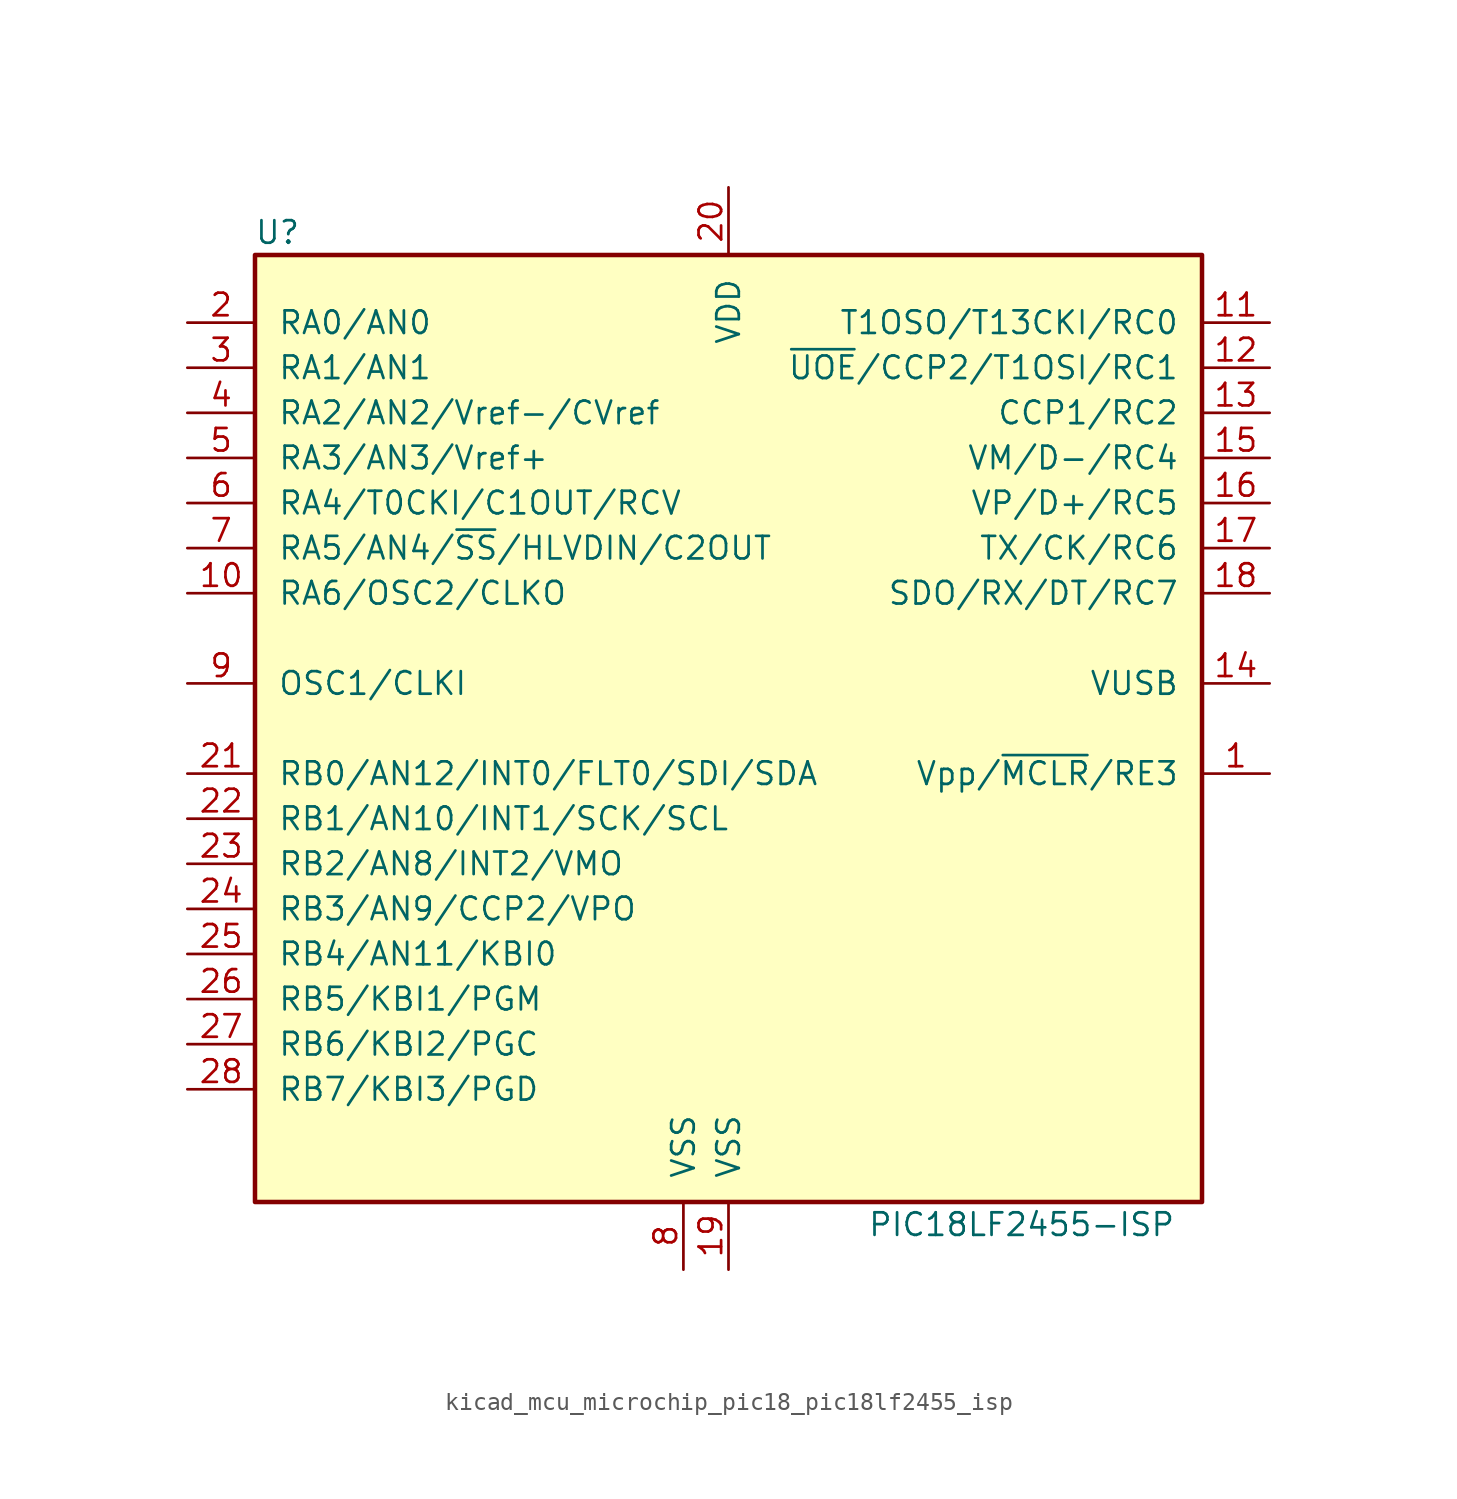
<source format=kicad_sym>
(kicad_symbol_lib
  (version 20220914)
  (generator kicad_symbol_editor)
  (symbol "kicad_mcu_microchip_pic18_pic18lf2455_isp"
    (pin_names
      (offset 1.27))
    (property "Reference" "U"
      (at -25.4 27.94 0)
      (effects (font (size 1.27 1.27))))
    (property "Value" "PIC18LF2455-ISP"
      (at 16.51 -27.94 0)
      (effects (font (size 1.27 1.27))))
    (symbol "kicad_mcu_microchip_pic18_pic18lf2455_isp_0_1"
      (rectangle (start -26.67 26.67) (end 26.67 -26.67) (stroke (width 0.254) (type default)) (fill (type background))))
    (symbol "kicad_mcu_microchip_pic18_pic18lf2455_isp_1_1"
      (pin input line (at 30.48 -2.54 180) (length 3.81) (name "Vpp/~{MCLR}/RE3" (effects (font (size 1.27 1.27)))) (number "1" (effects (font (size 1.27 1.27)))))
      (pin output line (at -30.48 7.62 0) (length 3.81) (name "RA6/OSC2/CLKO" (effects (font (size 1.27 1.27)))) (number "10" (effects (font (size 1.27 1.27)))))
      (pin bidirectional line (at 30.48 22.86 180) (length 3.81) (name "T1OSO/T13CKI/RC0" (effects (font (size 1.27 1.27)))) (number "11" (effects (font (size 1.27 1.27)))))
      (pin bidirectional line (at 30.48 20.32 180) (length 3.81) (name "~{UOE}/CCP2/T1OSI/RC1" (effects (font (size 1.27 1.27)))) (number "12" (effects (font (size 1.27 1.27)))))
      (pin bidirectional line (at 30.48 17.78 180) (length 3.81) (name "CCP1/RC2" (effects (font (size 1.27 1.27)))) (number "13" (effects (font (size 1.27 1.27)))))
      (pin bidirectional line (at 30.48 2.54 180) (length 3.81) (name "VUSB" (effects (font (size 1.27 1.27)))) (number "14" (effects (font (size 1.27 1.27)))))
      (pin bidirectional line (at 30.48 15.24 180) (length 3.81) (name "VM/D-/RC4" (effects (font (size 1.27 1.27)))) (number "15" (effects (font (size 1.27 1.27)))))
      (pin bidirectional line (at 30.48 12.7 180) (length 3.81) (name "VP/D+/RC5" (effects (font (size 1.27 1.27)))) (number "16" (effects (font (size 1.27 1.27)))))
      (pin bidirectional line (at 30.48 10.16 180) (length 3.81) (name "TX/CK/RC6" (effects (font (size 1.27 1.27)))) (number "17" (effects (font (size 1.27 1.27)))))
      (pin bidirectional line (at 30.48 7.62 180) (length 3.81) (name "SDO/RX/DT/RC7" (effects (font (size 1.27 1.27)))) (number "18" (effects (font (size 1.27 1.27)))))
      (pin power_in line (at 0 -30.48 90) (length 3.81) (name "VSS" (effects (font (size 1.27 1.27)))) (number "19" (effects (font (size 1.27 1.27)))))
      (pin bidirectional line (at -30.48 22.86 0) (length 3.81) (name "RA0/AN0" (effects (font (size 1.27 1.27)))) (number "2" (effects (font (size 1.27 1.27)))))
      (pin power_in line (at 0 30.48 270) (length 3.81) (name "VDD" (effects (font (size 1.27 1.27)))) (number "20" (effects (font (size 1.27 1.27)))))
      (pin bidirectional line (at -30.48 -2.54 0) (length 3.81) (name "RB0/AN12/INT0/FLT0/SDI/SDA" (effects (font (size 1.27 1.27)))) (number "21" (effects (font (size 1.27 1.27)))))
      (pin bidirectional line (at -30.48 -5.08 0) (length 3.81) (name "RB1/AN10/INT1/SCK/SCL" (effects (font (size 1.27 1.27)))) (number "22" (effects (font (size 1.27 1.27)))))
      (pin bidirectional line (at -30.48 -7.62 0) (length 3.81) (name "RB2/AN8/INT2/VMO" (effects (font (size 1.27 1.27)))) (number "23" (effects (font (size 1.27 1.27)))))
      (pin bidirectional line (at -30.48 -10.16 0) (length 3.81) (name "RB3/AN9/CCP2/VPO" (effects (font (size 1.27 1.27)))) (number "24" (effects (font (size 1.27 1.27)))))
      (pin bidirectional line (at -30.48 -12.7 0) (length 3.81) (name "RB4/AN11/KBI0" (effects (font (size 1.27 1.27)))) (number "25" (effects (font (size 1.27 1.27)))))
      (pin bidirectional line (at -30.48 -15.24 0) (length 3.81) (name "RB5/KBI1/PGM" (effects (font (size 1.27 1.27)))) (number "26" (effects (font (size 1.27 1.27)))))
      (pin bidirectional line (at -30.48 -17.78 0) (length 3.81) (name "RB6/KBI2/PGC" (effects (font (size 1.27 1.27)))) (number "27" (effects (font (size 1.27 1.27)))))
      (pin bidirectional line (at -30.48 -20.32 0) (length 3.81) (name "RB7/KBI3/PGD" (effects (font (size 1.27 1.27)))) (number "28" (effects (font (size 1.27 1.27)))))
      (pin bidirectional line (at -30.48 20.32 0) (length 3.81) (name "RA1/AN1" (effects (font (size 1.27 1.27)))) (number "3" (effects (font (size 1.27 1.27)))))
      (pin bidirectional line (at -30.48 17.78 0) (length 3.81) (name "RA2/AN2/Vref-/CVref" (effects (font (size 1.27 1.27)))) (number "4" (effects (font (size 1.27 1.27)))))
      (pin bidirectional line (at -30.48 15.24 0) (length 3.81) (name "RA3/AN3/Vref+" (effects (font (size 1.27 1.27)))) (number "5" (effects (font (size 1.27 1.27)))))
      (pin bidirectional line (at -30.48 12.7 0) (length 3.81) (name "RA4/T0CKI/C1OUT/RCV" (effects (font (size 1.27 1.27)))) (number "6" (effects (font (size 1.27 1.27)))))
      (pin bidirectional line (at -30.48 10.16 0) (length 3.81) (name "RA5/AN4/~{SS}/HLVDIN/C2OUT" (effects (font (size 1.27 1.27)))) (number "7" (effects (font (size 1.27 1.27)))))
      (pin power_in line (at -2.54 -30.48 90) (length 3.81) (name "VSS" (effects (font (size 1.27 1.27)))) (number "8" (effects (font (size 1.27 1.27)))))
      (pin input line (at -30.48 2.54 0) (length 3.81) (name "OSC1/CLKI" (effects (font (size 1.27 1.27)))) (number "9" (effects (font (size 1.27 1.27))))))))
</source>
